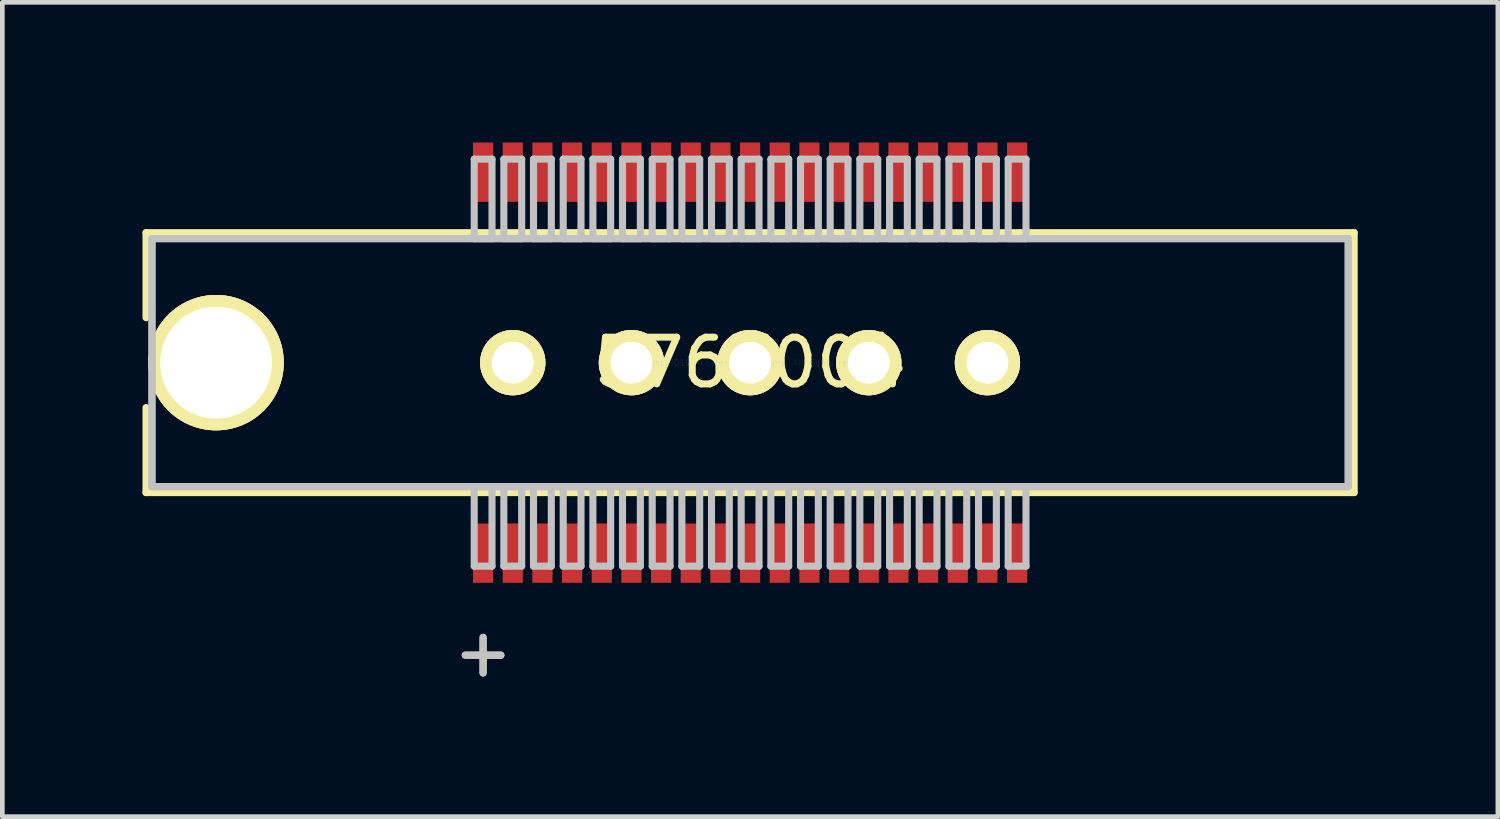
<source format=kicad_pcb>
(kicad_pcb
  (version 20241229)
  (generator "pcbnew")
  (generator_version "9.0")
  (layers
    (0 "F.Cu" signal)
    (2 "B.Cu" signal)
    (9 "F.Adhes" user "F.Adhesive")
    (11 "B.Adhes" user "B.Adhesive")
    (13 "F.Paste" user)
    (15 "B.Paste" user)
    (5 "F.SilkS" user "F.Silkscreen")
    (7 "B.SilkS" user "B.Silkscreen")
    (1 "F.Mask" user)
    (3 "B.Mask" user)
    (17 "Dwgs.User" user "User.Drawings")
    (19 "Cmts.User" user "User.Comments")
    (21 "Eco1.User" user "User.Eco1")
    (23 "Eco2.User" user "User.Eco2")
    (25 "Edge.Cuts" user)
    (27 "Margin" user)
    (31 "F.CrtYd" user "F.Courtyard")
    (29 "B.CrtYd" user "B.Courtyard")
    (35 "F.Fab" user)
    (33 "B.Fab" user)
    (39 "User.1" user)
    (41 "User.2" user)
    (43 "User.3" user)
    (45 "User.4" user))
  (footprint "5767004"
    (layer "F.Cu")
    (at 13.005 4.712)
    (property "Reference" "5767004" (at 0 0 0) (layer "F.SilkS") (effects (font (size 1 1) (thickness 0.15))))
    (attr through_hole)
    (fp_line (start -12.929 -2.781) (end -12.929 -0.962) (stroke (width 0.152) (type solid)) (layer "F.SilkS"))
    (fp_line (start -12.929 0.962) (end -12.929 2.781) (stroke (width 0.152) (type solid)) (layer "F.SilkS"))
    (fp_line (start -12.929 2.781) (end 12.929 2.781) (stroke (width 0.152) (type solid)) (layer "F.SilkS"))
    (fp_line (start -5.715 6.642) (end -5.715 5.88) (stroke (width 0.152) (type solid)) (layer "F.SilkS"))
    (fp_line (start -5.334 6.261) (end -6.096 6.261) (stroke (width 0.152) (type solid)) (layer "F.SilkS"))
    (fp_line (start 12.929 -2.781) (end -12.929 -2.781) (stroke (width 0.152) (type solid)) (layer "F.SilkS"))
    (fp_line (start 12.929 2.781) (end 12.929 -2.781) (stroke (width 0.152) (type solid)) (layer "F.SilkS"))
    (fp_line (start -12.802 -2.654) (end -12.802 2.654) (stroke (width 0.152) (type solid)) (layer "Dwgs.User"))
    (fp_line (start -12.802 -2.654) (end -12.802 2.654) (stroke (width 0.152) (type solid)) (layer "Dwgs.User"))
    (fp_line (start -12.802 2.654) (end 12.802 2.654) (stroke (width 0.152) (type solid)) (layer "Dwgs.User"))
    (fp_line (start -12.802 2.654) (end 12.802 2.654) (stroke (width 0.152) (type solid)) (layer "Dwgs.User"))
    (fp_line (start -5.905 -4.356) (end -5.905 -2.654) (stroke (width 0.152) (type solid)) (layer "Dwgs.User"))
    (fp_line (start -5.905 -2.654) (end -5.524 -2.654) (stroke (width 0.152) (type solid)) (layer "Dwgs.User"))
    (fp_line (start -5.905 2.654) (end -5.905 4.356) (stroke (width 0.152) (type solid)) (layer "Dwgs.User"))
    (fp_line (start -5.905 4.356) (end -5.524 4.356) (stroke (width 0.152) (type solid)) (layer "Dwgs.User"))
    (fp_line (start -5.715 6.642) (end -5.715 5.88) (stroke (width 0.152) (type solid)) (layer "Dwgs.User"))
    (fp_line (start -5.524 -4.356) (end -5.905 -4.356) (stroke (width 0.152) (type solid)) (layer "Dwgs.User"))
    (fp_line (start -5.524 -2.654) (end -5.524 -4.356) (stroke (width 0.152) (type solid)) (layer "Dwgs.User"))
    (fp_line (start -5.524 2.654) (end -5.905 2.654) (stroke (width 0.152) (type solid)) (layer "Dwgs.User"))
    (fp_line (start -5.524 4.356) (end -5.524 2.654) (stroke (width 0.152) (type solid)) (layer "Dwgs.User"))
    (fp_line (start -5.334 6.261) (end -6.096 6.261) (stroke (width 0.152) (type solid)) (layer "Dwgs.User"))
    (fp_line (start -5.271 -4.356) (end -5.271 -2.654) (stroke (width 0.152) (type solid)) (layer "Dwgs.User"))
    (fp_line (start -5.271 -2.654) (end -4.889 -2.654) (stroke (width 0.152) (type solid)) (layer "Dwgs.User"))
    (fp_line (start -5.271 2.654) (end -5.271 4.356) (stroke (width 0.152) (type solid)) (layer "Dwgs.User"))
    (fp_line (start -5.271 4.356) (end -4.889 4.356) (stroke (width 0.152) (type solid)) (layer "Dwgs.User"))
    (fp_line (start -4.889 -4.356) (end -5.271 -4.356) (stroke (width 0.152) (type solid)) (layer "Dwgs.User"))
    (fp_line (start -4.889 -2.654) (end -4.889 -4.356) (stroke (width 0.152) (type solid)) (layer "Dwgs.User"))
    (fp_line (start -4.889 2.654) (end -5.271 2.654) (stroke (width 0.152) (type solid)) (layer "Dwgs.User"))
    (fp_line (start -4.889 4.356) (end -4.889 2.654) (stroke (width 0.152) (type solid)) (layer "Dwgs.User"))
    (fp_line (start -4.636 -4.356) (end -4.636 -2.654) (stroke (width 0.152) (type solid)) (layer "Dwgs.User"))
    (fp_line (start -4.636 -2.654) (end -4.255 -2.654) (stroke (width 0.152) (type solid)) (layer "Dwgs.User"))
    (fp_line (start -4.636 2.654) (end -4.636 4.356) (stroke (width 0.152) (type solid)) (layer "Dwgs.User"))
    (fp_line (start -4.636 4.356) (end -4.255 4.356) (stroke (width 0.152) (type solid)) (layer "Dwgs.User"))
    (fp_line (start -4.255 -4.356) (end -4.636 -4.356) (stroke (width 0.152) (type solid)) (layer "Dwgs.User"))
    (fp_line (start -4.255 -2.654) (end -4.255 -4.356) (stroke (width 0.152) (type solid)) (layer "Dwgs.User"))
    (fp_line (start -4.255 2.654) (end -4.636 2.654) (stroke (width 0.152) (type solid)) (layer "Dwgs.User"))
    (fp_line (start -4.255 4.356) (end -4.255 2.654) (stroke (width 0.152) (type solid)) (layer "Dwgs.User"))
    (fp_line (start -4 -4.356) (end -4 -2.654) (stroke (width 0.152) (type solid)) (layer "Dwgs.User"))
    (fp_line (start -4 -2.654) (end -3.619 -2.654) (stroke (width 0.152) (type solid)) (layer "Dwgs.User"))
    (fp_line (start -4 2.654) (end -4 4.356) (stroke (width 0.152) (type solid)) (layer "Dwgs.User"))
    (fp_line (start -4 4.356) (end -3.619 4.356) (stroke (width 0.152) (type solid)) (layer "Dwgs.User"))
    (fp_line (start -3.619 -4.356) (end -4 -4.356) (stroke (width 0.152) (type solid)) (layer "Dwgs.User"))
    (fp_line (start -3.619 -2.654) (end -3.619 -4.356) (stroke (width 0.152) (type solid)) (layer "Dwgs.User"))
    (fp_line (start -3.619 2.654) (end -4 2.654) (stroke (width 0.152) (type solid)) (layer "Dwgs.User"))
    (fp_line (start -3.619 4.356) (end -3.619 2.654) (stroke (width 0.152) (type solid)) (layer "Dwgs.User"))
    (fp_line (start -3.365 -4.356) (end -3.365 -2.654) (stroke (width 0.152) (type solid)) (layer "Dwgs.User"))
    (fp_line (start -3.365 -2.654) (end -2.985 -2.654) (stroke (width 0.152) (type solid)) (layer "Dwgs.User"))
    (fp_line (start -3.365 2.654) (end -3.365 4.356) (stroke (width 0.152) (type solid)) (layer "Dwgs.User"))
    (fp_line (start -3.365 4.356) (end -2.985 4.356) (stroke (width 0.152) (type solid)) (layer "Dwgs.User"))
    (fp_line (start -2.985 -4.356) (end -3.365 -4.356) (stroke (width 0.152) (type solid)) (layer "Dwgs.User"))
    (fp_line (start -2.985 -2.654) (end -2.985 -4.356) (stroke (width 0.152) (type solid)) (layer "Dwgs.User"))
    (fp_line (start -2.985 2.654) (end -3.365 2.654) (stroke (width 0.152) (type solid)) (layer "Dwgs.User"))
    (fp_line (start -2.985 4.356) (end -2.985 2.654) (stroke (width 0.152) (type solid)) (layer "Dwgs.User"))
    (fp_line (start -2.731 -4.356) (end -2.731 -2.654) (stroke (width 0.152) (type solid)) (layer "Dwgs.User"))
    (fp_line (start -2.731 -2.654) (end -2.349 -2.654) (stroke (width 0.152) (type solid)) (layer "Dwgs.User"))
    (fp_line (start -2.731 2.654) (end -2.731 4.356) (stroke (width 0.152) (type solid)) (layer "Dwgs.User"))
    (fp_line (start -2.731 4.356) (end -2.349 4.356) (stroke (width 0.152) (type solid)) (layer "Dwgs.User"))
    (fp_line (start -2.349 -4.356) (end -2.731 -4.356) (stroke (width 0.152) (type solid)) (layer "Dwgs.User"))
    (fp_line (start -2.349 -2.654) (end -2.349 -4.356) (stroke (width 0.152) (type solid)) (layer "Dwgs.User"))
    (fp_line (start -2.349 2.654) (end -2.731 2.654) (stroke (width 0.152) (type solid)) (layer "Dwgs.User"))
    (fp_line (start -2.349 4.356) (end -2.349 2.654) (stroke (width 0.152) (type solid)) (layer "Dwgs.User"))
    (fp_line (start -2.095 -4.356) (end -2.095 -2.654) (stroke (width 0.152) (type solid)) (layer "Dwgs.User"))
    (fp_line (start -2.095 -2.654) (end -1.714 -2.654) (stroke (width 0.152) (type solid)) (layer "Dwgs.User"))
    (fp_line (start -2.095 2.654) (end -2.095 4.356) (stroke (width 0.152) (type solid)) (layer "Dwgs.User"))
    (fp_line (start -2.095 4.356) (end -1.714 4.356) (stroke (width 0.152) (type solid)) (layer "Dwgs.User"))
    (fp_line (start -1.714 -4.356) (end -2.095 -4.356) (stroke (width 0.152) (type solid)) (layer "Dwgs.User"))
    (fp_line (start -1.714 -2.654) (end -1.714 -4.356) (stroke (width 0.152) (type solid)) (layer "Dwgs.User"))
    (fp_line (start -1.714 2.654) (end -2.095 2.654) (stroke (width 0.152) (type solid)) (layer "Dwgs.User"))
    (fp_line (start -1.714 4.356) (end -1.714 2.654) (stroke (width 0.152) (type solid)) (layer "Dwgs.User"))
    (fp_line (start -1.46 -4.356) (end -1.46 -2.654) (stroke (width 0.152) (type solid)) (layer "Dwgs.User"))
    (fp_line (start -1.46 -2.654) (end -1.079 -2.654) (stroke (width 0.152) (type solid)) (layer "Dwgs.User"))
    (fp_line (start -1.46 2.654) (end -1.46 4.356) (stroke (width 0.152) (type solid)) (layer "Dwgs.User"))
    (fp_line (start -1.46 4.356) (end -1.079 4.356) (stroke (width 0.152) (type solid)) (layer "Dwgs.User"))
    (fp_line (start -1.079 -4.356) (end -1.46 -4.356) (stroke (width 0.152) (type solid)) (layer "Dwgs.User"))
    (fp_line (start -1.079 -2.654) (end -1.079 -4.356) (stroke (width 0.152) (type solid)) (layer "Dwgs.User"))
    (fp_line (start -1.079 2.654) (end -1.46 2.654) (stroke (width 0.152) (type solid)) (layer "Dwgs.User"))
    (fp_line (start -1.079 4.356) (end -1.079 2.654) (stroke (width 0.152) (type solid)) (layer "Dwgs.User"))
    (fp_line (start -0.826 -4.356) (end -0.826 -2.654) (stroke (width 0.152) (type solid)) (layer "Dwgs.User"))
    (fp_line (start -0.826 -2.654) (end -0.445 -2.654) (stroke (width 0.152) (type solid)) (layer "Dwgs.User"))
    (fp_line (start -0.826 2.654) (end -0.826 4.356) (stroke (width 0.152) (type solid)) (layer "Dwgs.User"))
    (fp_line (start -0.826 4.356) (end -0.445 4.356) (stroke (width 0.152) (type solid)) (layer "Dwgs.User"))
    (fp_line (start -0.445 -4.356) (end -0.826 -4.356) (stroke (width 0.152) (type solid)) (layer "Dwgs.User"))
    (fp_line (start -0.445 -2.654) (end -0.445 -4.356) (stroke (width 0.152) (type solid)) (layer "Dwgs.User"))
    (fp_line (start -0.445 2.654) (end -0.826 2.654) (stroke (width 0.152) (type solid)) (layer "Dwgs.User"))
    (fp_line (start -0.445 4.356) (end -0.445 2.654) (stroke (width 0.152) (type solid)) (layer "Dwgs.User"))
    (fp_line (start -0.191 -4.356) (end -0.191 -2.654) (stroke (width 0.152) (type solid)) (layer "Dwgs.User"))
    (fp_line (start -0.191 -2.654) (end 0.191 -2.654) (stroke (width 0.152) (type solid)) (layer "Dwgs.User"))
    (fp_line (start -0.191 2.654) (end -0.191 4.356) (stroke (width 0.152) (type solid)) (layer "Dwgs.User"))
    (fp_line (start -0.191 4.356) (end 0.191 4.356) (stroke (width 0.152) (type solid)) (layer "Dwgs.User"))
    (fp_line (start 0.191 -4.356) (end -0.191 -4.356) (stroke (width 0.152) (type solid)) (layer "Dwgs.User"))
    (fp_line (start 0.191 -2.654) (end 0.191 -4.356) (stroke (width 0.152) (type solid)) (layer "Dwgs.User"))
    (fp_line (start 0.191 2.654) (end -0.191 2.654) (stroke (width 0.152) (type solid)) (layer "Dwgs.User"))
    (fp_line (start 0.191 4.356) (end 0.191 2.654) (stroke (width 0.152) (type solid)) (layer "Dwgs.User"))
    (fp_line (start 0.445 -4.356) (end 0.445 -2.654) (stroke (width 0.152) (type solid)) (layer "Dwgs.User"))
    (fp_line (start 0.445 -2.654) (end 0.826 -2.654) (stroke (width 0.152) (type solid)) (layer "Dwgs.User"))
    (fp_line (start 0.445 2.654) (end 0.445 4.356) (stroke (width 0.152) (type solid)) (layer "Dwgs.User"))
    (fp_line (start 0.445 4.356) (end 0.826 4.356) (stroke (width 0.152) (type solid)) (layer "Dwgs.User"))
    (fp_line (start 0.826 -4.356) (end 0.445 -4.356) (stroke (width 0.152) (type solid)) (layer "Dwgs.User"))
    (fp_line (start 0.826 -2.654) (end 0.826 -4.356) (stroke (width 0.152) (type solid)) (layer "Dwgs.User"))
    (fp_line (start 0.826 2.654) (end 0.445 2.654) (stroke (width 0.152) (type solid)) (layer "Dwgs.User"))
    (fp_line (start 0.826 4.356) (end 0.826 2.654) (stroke (width 0.152) (type solid)) (layer "Dwgs.User"))
    (fp_line (start 1.079 -4.356) (end 1.079 -2.654) (stroke (width 0.152) (type solid)) (layer "Dwgs.User"))
    (fp_line (start 1.079 -2.654) (end 1.46 -2.654) (stroke (width 0.152) (type solid)) (layer "Dwgs.User"))
    (fp_line (start 1.079 2.654) (end 1.079 4.356) (stroke (width 0.152) (type solid)) (layer "Dwgs.User"))
    (fp_line (start 1.079 4.356) (end 1.46 4.356) (stroke (width 0.152) (type solid)) (layer "Dwgs.User"))
    (fp_line (start 1.46 -4.356) (end 1.079 -4.356) (stroke (width 0.152) (type solid)) (layer "Dwgs.User"))
    (fp_line (start 1.46 -2.654) (end 1.46 -4.356) (stroke (width 0.152) (type solid)) (layer "Dwgs.User"))
    (fp_line (start 1.46 2.654) (end 1.079 2.654) (stroke (width 0.152) (type solid)) (layer "Dwgs.User"))
    (fp_line (start 1.46 4.356) (end 1.46 2.654) (stroke (width 0.152) (type solid)) (layer "Dwgs.User"))
    (fp_line (start 1.714 -4.356) (end 1.714 -2.654) (stroke (width 0.152) (type solid)) (layer "Dwgs.User"))
    (fp_line (start 1.714 -2.654) (end 2.095 -2.654) (stroke (width 0.152) (type solid)) (layer "Dwgs.User"))
    (fp_line (start 1.714 2.654) (end 1.714 4.356) (stroke (width 0.152) (type solid)) (layer "Dwgs.User"))
    (fp_line (start 1.714 4.356) (end 2.095 4.356) (stroke (width 0.152) (type solid)) (layer "Dwgs.User"))
    (fp_line (start 2.095 -4.356) (end 1.714 -4.356) (stroke (width 0.152) (type solid)) (layer "Dwgs.User"))
    (fp_line (start 2.095 -2.654) (end 2.095 -4.356) (stroke (width 0.152) (type solid)) (layer "Dwgs.User"))
    (fp_line (start 2.095 2.654) (end 1.714 2.654) (stroke (width 0.152) (type solid)) (layer "Dwgs.User"))
    (fp_line (start 2.095 4.356) (end 2.095 2.654) (stroke (width 0.152) (type solid)) (layer "Dwgs.User"))
    (fp_line (start 2.349 -4.356) (end 2.349 -2.654) (stroke (width 0.152) (type solid)) (layer "Dwgs.User"))
    (fp_line (start 2.349 -2.654) (end 2.731 -2.654) (stroke (width 0.152) (type solid)) (layer "Dwgs.User"))
    (fp_line (start 2.349 2.654) (end 2.349 4.356) (stroke (width 0.152) (type solid)) (layer "Dwgs.User"))
    (fp_line (start 2.349 4.356) (end 2.731 4.356) (stroke (width 0.152) (type solid)) (layer "Dwgs.User"))
    (fp_line (start 2.731 -4.356) (end 2.349 -4.356) (stroke (width 0.152) (type solid)) (layer "Dwgs.User"))
    (fp_line (start 2.731 -2.654) (end 2.731 -4.356) (stroke (width 0.152) (type solid)) (layer "Dwgs.User"))
    (fp_line (start 2.731 2.654) (end 2.349 2.654) (stroke (width 0.152) (type solid)) (layer "Dwgs.User"))
    (fp_line (start 2.731 4.356) (end 2.731 2.654) (stroke (width 0.152) (type solid)) (layer "Dwgs.User"))
    (fp_line (start 2.985 -4.356) (end 2.985 -2.654) (stroke (width 0.152) (type solid)) (layer "Dwgs.User"))
    (fp_line (start 2.985 -2.654) (end 3.365 -2.654) (stroke (width 0.152) (type solid)) (layer "Dwgs.User"))
    (fp_line (start 2.985 2.654) (end 2.985 4.356) (stroke (width 0.152) (type solid)) (layer "Dwgs.User"))
    (fp_line (start 2.985 4.356) (end 3.365 4.356) (stroke (width 0.152) (type solid)) (layer "Dwgs.User"))
    (fp_line (start 3.365 -4.356) (end 2.985 -4.356) (stroke (width 0.152) (type solid)) (layer "Dwgs.User"))
    (fp_line (start 3.365 -2.654) (end 3.365 -4.356) (stroke (width 0.152) (type solid)) (layer "Dwgs.User"))
    (fp_line (start 3.365 2.654) (end 2.985 2.654) (stroke (width 0.152) (type solid)) (layer "Dwgs.User"))
    (fp_line (start 3.365 4.356) (end 3.365 2.654) (stroke (width 0.152) (type solid)) (layer "Dwgs.User"))
    (fp_line (start 3.619 -4.356) (end 3.619 -2.654) (stroke (width 0.152) (type solid)) (layer "Dwgs.User"))
    (fp_line (start 3.619 -2.654) (end 4 -2.654) (stroke (width 0.152) (type solid)) (layer "Dwgs.User"))
    (fp_line (start 3.619 2.654) (end 3.619 4.356) (stroke (width 0.152) (type solid)) (layer "Dwgs.User"))
    (fp_line (start 3.619 4.356) (end 4 4.356) (stroke (width 0.152) (type solid)) (layer "Dwgs.User"))
    (fp_line (start 4 -4.356) (end 3.619 -4.356) (stroke (width 0.152) (type solid)) (layer "Dwgs.User"))
    (fp_line (start 4 -2.654) (end 4 -4.356) (stroke (width 0.152) (type solid)) (layer "Dwgs.User"))
    (fp_line (start 4 2.654) (end 3.619 2.654) (stroke (width 0.152) (type solid)) (layer "Dwgs.User"))
    (fp_line (start 4 4.356) (end 4 2.654) (stroke (width 0.152) (type solid)) (layer "Dwgs.User"))
    (fp_line (start 4.255 -4.356) (end 4.255 -2.654) (stroke (width 0.152) (type solid)) (layer "Dwgs.User"))
    (fp_line (start 4.255 -2.654) (end 4.636 -2.654) (stroke (width 0.152) (type solid)) (layer "Dwgs.User"))
    (fp_line (start 4.255 2.654) (end 4.255 4.356) (stroke (width 0.152) (type solid)) (layer "Dwgs.User"))
    (fp_line (start 4.255 4.356) (end 4.636 4.356) (stroke (width 0.152) (type solid)) (layer "Dwgs.User"))
    (fp_line (start 4.636 -4.356) (end 4.255 -4.356) (stroke (width 0.152) (type solid)) (layer "Dwgs.User"))
    (fp_line (start 4.636 -2.654) (end 4.636 -4.356) (stroke (width 0.152) (type solid)) (layer "Dwgs.User"))
    (fp_line (start 4.636 2.654) (end 4.255 2.654) (stroke (width 0.152) (type solid)) (layer "Dwgs.User"))
    (fp_line (start 4.636 4.356) (end 4.636 2.654) (stroke (width 0.152) (type solid)) (layer "Dwgs.User"))
    (fp_line (start 4.889 -4.356) (end 4.889 -2.654) (stroke (width 0.152) (type solid)) (layer "Dwgs.User"))
    (fp_line (start 4.889 -2.654) (end 5.271 -2.654) (stroke (width 0.152) (type solid)) (layer "Dwgs.User"))
    (fp_line (start 4.889 2.654) (end 4.889 4.356) (stroke (width 0.152) (type solid)) (layer "Dwgs.User"))
    (fp_line (start 4.889 4.356) (end 5.271 4.356) (stroke (width 0.152) (type solid)) (layer "Dwgs.User"))
    (fp_line (start 5.271 -4.356) (end 4.889 -4.356) (stroke (width 0.152) (type solid)) (layer "Dwgs.User"))
    (fp_line (start 5.271 -2.654) (end 5.271 -4.356) (stroke (width 0.152) (type solid)) (layer "Dwgs.User"))
    (fp_line (start 5.271 2.654) (end 4.889 2.654) (stroke (width 0.152) (type solid)) (layer "Dwgs.User"))
    (fp_line (start 5.271 4.356) (end 5.271 2.654) (stroke (width 0.152) (type solid)) (layer "Dwgs.User"))
    (fp_line (start 5.524 -4.356) (end 5.524 -2.654) (stroke (width 0.152) (type solid)) (layer "Dwgs.User"))
    (fp_line (start 5.524 -2.654) (end 5.905 -2.654) (stroke (width 0.152) (type solid)) (layer "Dwgs.User"))
    (fp_line (start 5.524 2.654) (end 5.524 4.356) (stroke (width 0.152) (type solid)) (layer "Dwgs.User"))
    (fp_line (start 5.524 4.356) (end 5.905 4.356) (stroke (width 0.152) (type solid)) (layer "Dwgs.User"))
    (fp_line (start 5.905 -4.356) (end 5.524 -4.356) (stroke (width 0.152) (type solid)) (layer "Dwgs.User"))
    (fp_line (start 5.905 -2.654) (end 5.905 -4.356) (stroke (width 0.152) (type solid)) (layer "Dwgs.User"))
    (fp_line (start 5.905 2.654) (end 5.524 2.654) (stroke (width 0.152) (type solid)) (layer "Dwgs.User"))
    (fp_line (start 5.905 4.356) (end 5.905 2.654) (stroke (width 0.152) (type solid)) (layer "Dwgs.User"))
    (fp_line (start 12.802 -2.654) (end -12.802 -2.654) (stroke (width 0.152) (type solid)) (layer "Dwgs.User"))
    (fp_line (start 12.802 -2.654) (end -12.802 -2.654) (stroke (width 0.152) (type solid)) (layer "Dwgs.User"))
    (fp_line (start 12.802 2.654) (end 12.802 -2.654) (stroke (width 0.152) (type solid)) (layer "Dwgs.User"))
    (fp_line (start 12.802 2.654) (end 12.802 -2.654) (stroke (width 0.152) (type solid)) (layer "Dwgs.User"))
    (fp_text user "Copyright 2016 Accelerated Designs. All rights reserved." (at 0 0 0) (layer "Cmts.User") (effects (font (size 0.127 0.127) (thickness 0.002))))
    (pad "" smd rect (at -5.715 -4.077) (size 0.432 1.27) (layers "F.Mask"))
    (pad "" smd rect (at -5.715 -4.077) (size 0.432 1.27) (layers "F.Paste"))
    (pad "" smd rect (at -5.715 4.077) (size 0.432 1.27) (layers "F.Mask"))
    (pad "" smd rect (at -5.715 4.077) (size 0.432 1.27) (layers "F.Paste"))
    (pad "" smd rect (at -5.08 -4.077) (size 0.432 1.27) (layers "F.Mask"))
    (pad "" smd rect (at -5.08 -4.077) (size 0.432 1.27) (layers "F.Paste"))
    (pad "" smd rect (at -5.08 4.077) (size 0.432 1.27) (layers "F.Mask"))
    (pad "" smd rect (at -5.08 4.077) (size 0.432 1.27) (layers "F.Paste"))
    (pad "" smd rect (at -4.445 -4.077) (size 0.432 1.27) (layers "F.Mask"))
    (pad "" smd rect (at -4.445 -4.077) (size 0.432 1.27) (layers "F.Paste"))
    (pad "" smd rect (at -4.445 4.077) (size 0.432 1.27) (layers "F.Mask"))
    (pad "" smd rect (at -4.445 4.077) (size 0.432 1.27) (layers "F.Paste"))
    (pad "" smd rect (at -3.81 -4.077) (size 0.432 1.27) (layers "F.Mask"))
    (pad "" smd rect (at -3.81 -4.077) (size 0.432 1.27) (layers "F.Paste"))
    (pad "" smd rect (at -3.81 4.077) (size 0.432 1.27) (layers "F.Mask"))
    (pad "" smd rect (at -3.81 4.077) (size 0.432 1.27) (layers "F.Paste"))
    (pad "" smd rect (at -3.175 -4.077) (size 0.432 1.27) (layers "F.Mask"))
    (pad "" smd rect (at -3.175 -4.077) (size 0.432 1.27) (layers "F.Paste"))
    (pad "" smd rect (at -3.175 4.077) (size 0.432 1.27) (layers "F.Mask"))
    (pad "" smd rect (at -3.175 4.077) (size 0.432 1.27) (layers "F.Paste"))
    (pad "" smd rect (at -2.54 -4.077) (size 0.432 1.27) (layers "F.Mask"))
    (pad "" smd rect (at -2.54 -4.077) (size 0.432 1.27) (layers "F.Paste"))
    (pad "" smd rect (at -2.54 4.077) (size 0.432 1.27) (layers "F.Mask"))
    (pad "" smd rect (at -2.54 4.077) (size 0.432 1.27) (layers "F.Paste"))
    (pad "" smd rect (at -1.905 -4.077) (size 0.432 1.27) (layers "F.Mask"))
    (pad "" smd rect (at -1.905 -4.077) (size 0.432 1.27) (layers "F.Paste"))
    (pad "" smd rect (at -1.905 4.077) (size 0.432 1.27) (layers "F.Mask"))
    (pad "" smd rect (at -1.905 4.077) (size 0.432 1.27) (layers "F.Paste"))
    (pad "" smd rect (at -1.27 -4.077) (size 0.432 1.27) (layers "F.Mask"))
    (pad "" smd rect (at -1.27 -4.077) (size 0.432 1.27) (layers "F.Paste"))
    (pad "" smd rect (at -1.27 4.077) (size 0.432 1.27) (layers "F.Mask"))
    (pad "" smd rect (at -1.27 4.077) (size 0.432 1.27) (layers "F.Paste"))
    (pad "" smd rect (at -0.635 -4.077) (size 0.432 1.27) (layers "F.Mask"))
    (pad "" smd rect (at -0.635 -4.077) (size 0.432 1.27) (layers "F.Paste"))
    (pad "" smd rect (at -0.635 4.077) (size 0.432 1.27) (layers "F.Mask"))
    (pad "" smd rect (at -0.635 4.077) (size 0.432 1.27) (layers "F.Paste"))
    (pad "" smd rect (at 0 -4.077) (size 0.432 1.27) (layers "F.Mask"))
    (pad "" smd rect (at 0 -4.077) (size 0.432 1.27) (layers "F.Paste"))
    (pad "" smd rect (at 0 4.077) (size 0.432 1.27) (layers "F.Mask"))
    (pad "" smd rect (at 0 4.077) (size 0.432 1.27) (layers "F.Paste"))
    (pad "" smd rect (at 0.635 -4.077) (size 0.432 1.27) (layers "F.Mask"))
    (pad "" smd rect (at 0.635 -4.077) (size 0.432 1.27) (layers "F.Paste"))
    (pad "" smd rect (at 0.635 4.077) (size 0.432 1.27) (layers "F.Mask"))
    (pad "" smd rect (at 0.635 4.077) (size 0.432 1.27) (layers "F.Paste"))
    (pad "" smd rect (at 1.27 -4.077) (size 0.432 1.27) (layers "F.Mask"))
    (pad "" smd rect (at 1.27 -4.077) (size 0.432 1.27) (layers "F.Paste"))
    (pad "" smd rect (at 1.27 4.077) (size 0.432 1.27) (layers "F.Mask"))
    (pad "" smd rect (at 1.27 4.077) (size 0.432 1.27) (layers "F.Paste"))
    (pad "" smd rect (at 1.905 -4.077) (size 0.432 1.27) (layers "F.Mask"))
    (pad "" smd rect (at 1.905 -4.077) (size 0.432 1.27) (layers "F.Paste"))
    (pad "" smd rect (at 1.905 4.077) (size 0.432 1.27) (layers "F.Mask"))
    (pad "" smd rect (at 1.905 4.077) (size 0.432 1.27) (layers "F.Paste"))
    (pad "" smd rect (at 2.54 -4.077) (size 0.432 1.27) (layers "F.Mask"))
    (pad "" smd rect (at 2.54 -4.077) (size 0.432 1.27) (layers "F.Paste"))
    (pad "" smd rect (at 2.54 4.077) (size 0.432 1.27) (layers "F.Mask"))
    (pad "" smd rect (at 2.54 4.077) (size 0.432 1.27) (layers "F.Paste"))
    (pad "" smd rect (at 3.175 -4.077) (size 0.432 1.27) (layers "F.Mask"))
    (pad "" smd rect (at 3.175 -4.077) (size 0.432 1.27) (layers "F.Paste"))
    (pad "" smd rect (at 3.175 4.077) (size 0.432 1.27) (layers "F.Mask"))
    (pad "" smd rect (at 3.175 4.077) (size 0.432 1.27) (layers "F.Paste"))
    (pad "" smd rect (at 3.81 -4.077) (size 0.432 1.27) (layers "F.Mask"))
    (pad "" smd rect (at 3.81 -4.077) (size 0.432 1.27) (layers "F.Paste"))
    (pad "" smd rect (at 3.81 4.077) (size 0.432 1.27) (layers "F.Mask"))
    (pad "" smd rect (at 3.81 4.077) (size 0.432 1.27) (layers "F.Paste"))
    (pad "" smd rect (at 4.445 -4.077) (size 0.432 1.27) (layers "F.Mask"))
    (pad "" smd rect (at 4.445 -4.077) (size 0.432 1.27) (layers "F.Paste"))
    (pad "" smd rect (at 4.445 4.077) (size 0.432 1.27) (layers "F.Mask"))
    (pad "" smd rect (at 4.445 4.077) (size 0.432 1.27) (layers "F.Paste"))
    (pad "" smd rect (at 5.08 -4.077) (size 0.432 1.27) (layers "F.Mask"))
    (pad "" smd rect (at 5.08 -4.077) (size 0.432 1.27) (layers "F.Paste"))
    (pad "" smd rect (at 5.08 4.077) (size 0.432 1.27) (layers "F.Mask"))
    (pad "" smd rect (at 5.08 4.077) (size 0.432 1.27) (layers "F.Paste"))
    (pad "" smd rect (at 5.715 -4.077) (size 0.432 1.27) (layers "F.Mask"))
    (pad "" smd rect (at 5.715 -4.077) (size 0.432 1.27) (layers "F.Paste"))
    (pad "" smd rect (at 5.715 4.077) (size 0.432 1.27) (layers "F.Mask"))
    (pad "" smd rect (at 5.715 4.077) (size 0.432 1.27) (layers "F.Paste"))
    (pad "1" smd rect (at -5.715 4.077) (size 0.432 1.27) (layers "F.Cu"))
    (pad "2" smd rect (at -5.715 -4.077) (size 0.432 1.27) (layers "F.Cu"))
    (pad "3" smd rect (at -5.08 4.077) (size 0.432 1.27) (layers "F.Cu"))
    (pad "4" smd rect (at -5.08 -4.077) (size 0.432 1.27) (layers "F.Cu"))
    (pad "5" smd rect (at -4.445 4.077) (size 0.432 1.27) (layers "F.Cu"))
    (pad "6" smd rect (at -4.445 -4.077) (size 0.432 1.27) (layers "F.Cu"))
    (pad "7" smd rect (at -3.81 4.077) (size 0.432 1.27) (layers "F.Cu"))
    (pad "8" smd rect (at -3.81 -4.077) (size 0.432 1.27) (layers "F.Cu"))
    (pad "9" smd rect (at -3.175 4.077) (size 0.432 1.27) (layers "F.Cu"))
    (pad "10" smd rect (at -3.175 -4.077) (size 0.432 1.27) (layers "F.Cu"))
    (pad "11" smd rect (at -2.54 4.077) (size 0.432 1.27) (layers "F.Cu"))
    (pad "12" smd rect (at -2.54 -4.077) (size 0.432 1.27) (layers "F.Cu"))
    (pad "13" smd rect (at -1.905 4.077) (size 0.432 1.27) (layers "F.Cu"))
    (pad "14" smd rect (at -1.905 -4.077) (size 0.432 1.27) (layers "F.Cu"))
    (pad "15" smd rect (at -1.27 4.077) (size 0.432 1.27) (layers "F.Cu"))
    (pad "16" smd rect (at -1.27 -4.077) (size 0.432 1.27) (layers "F.Cu"))
    (pad "17" smd rect (at -0.635 4.077) (size 0.432 1.27) (layers "F.Cu"))
    (pad "18" smd rect (at -0.635 -4.077) (size 0.432 1.27) (layers "F.Cu"))
    (pad "19" smd rect (at 0 4.077) (size 0.432 1.27) (layers "F.Cu"))
    (pad "20" smd rect (at 0 -4.077) (size 0.432 1.27) (layers "F.Cu"))
    (pad "21" smd rect (at 0.635 4.077) (size 0.432 1.27) (layers "F.Cu"))
    (pad "22" smd rect (at 0.635 -4.077) (size 0.432 1.27) (layers "F.Cu"))
    (pad "23" smd rect (at 1.27 4.077) (size 0.432 1.27) (layers "F.Cu"))
    (pad "24" smd rect (at 1.27 -4.077) (size 0.432 1.27) (layers "F.Cu"))
    (pad "25" smd rect (at 1.905 4.077) (size 0.432 1.27) (layers "F.Cu"))
    (pad "26" smd rect (at 1.905 -4.077) (size 0.432 1.27) (layers "F.Cu"))
    (pad "27" smd rect (at 2.54 4.077) (size 0.432 1.27) (layers "F.Cu"))
    (pad "28" smd rect (at 2.54 -4.077) (size 0.432 1.27) (layers "F.Cu"))
    (pad "29" smd rect (at 3.175 4.077) (size 0.432 1.27) (layers "F.Cu"))
    (pad "30" smd rect (at 3.175 -4.077) (size 0.432 1.27) (layers "F.Cu"))
    (pad "31" smd rect (at 3.81 4.077) (size 0.432 1.27) (layers "F.Cu"))
    (pad "32" smd rect (at 3.81 -4.077) (size 0.432 1.27) (layers "F.Cu"))
    (pad "33" smd rect (at 4.445 4.077) (size 0.432 1.27) (layers "F.Cu"))
    (pad "34" smd rect (at 4.445 -4.077) (size 0.432 1.27) (layers "F.Cu"))
    (pad "35" smd rect (at 5.08 4.077) (size 0.432 1.27) (layers "F.Cu"))
    (pad "36" smd rect (at 5.08 -4.077) (size 0.432 1.27) (layers "F.Cu"))
    (pad "37" smd rect (at 5.715 4.077) (size 0.432 1.27) (layers "F.Cu"))
    (pad "38" smd rect (at 5.715 -4.077) (size 0.432 1.27) (layers "F.Cu"))
    (pad "39" thru_hole circle (at 5.08 0) (size 1.397 1.397) (drill 0.889) (layers "*.Cu" "F.SilkS"))
    (pad "39" thru_hole circle (at 5.08 0) (size 1.397 1.397) (drill 0.889) (layers "*.Cu" "F.SilkS"))
    (pad "40" thru_hole circle (at 2.54 0) (size 1.397 1.397) (drill 0.889) (layers "*.Cu" "F.SilkS"))
    (pad "40" thru_hole circle (at 2.54 0) (size 1.397 1.397) (drill 0.889) (layers "*.Cu" "F.SilkS"))
    (pad "41" thru_hole circle (at 0 0) (size 1.397 1.397) (drill 0.889) (layers "*.Cu" "F.SilkS"))
    (pad "41" thru_hole circle (at 0 0) (size 1.397 1.397) (drill 0.889) (layers "*.Cu" "F.SilkS"))
    (pad "42" thru_hole circle (at -2.54 0) (size 1.397 1.397) (drill 0.889) (layers "*.Cu" "F.SilkS"))
    (pad "42" thru_hole circle (at -2.54 0) (size 1.397 1.397) (drill 0.889) (layers "*.Cu" "F.SilkS"))
    (pad "43" thru_hole circle (at -5.08 0) (size 1.397 1.397) (drill 0.889) (layers "*.Cu" "F.SilkS"))
    (pad "43" thru_hole circle (at -5.08 0) (size 1.397 1.397) (drill 0.889) (layers "*.Cu" "F.SilkS"))
    (pad "44" thru_hole circle (at -11.43 0) (size 2.896 2.896) (drill 2.388) (layers "*.Cu" "F.SilkS"))
    (pad "44" thru_hole circle (at -11.43 0) (size 2.896 2.896) (drill 2.388) (layers "*.Cu" "F.SilkS")))
  (gr_rect
    (start -3 -3)
    (end 29.01 14.43)
    (stroke (width 0.1) (type default))
    (fill no)
    (layer "Edge.Cuts")))
</source>
